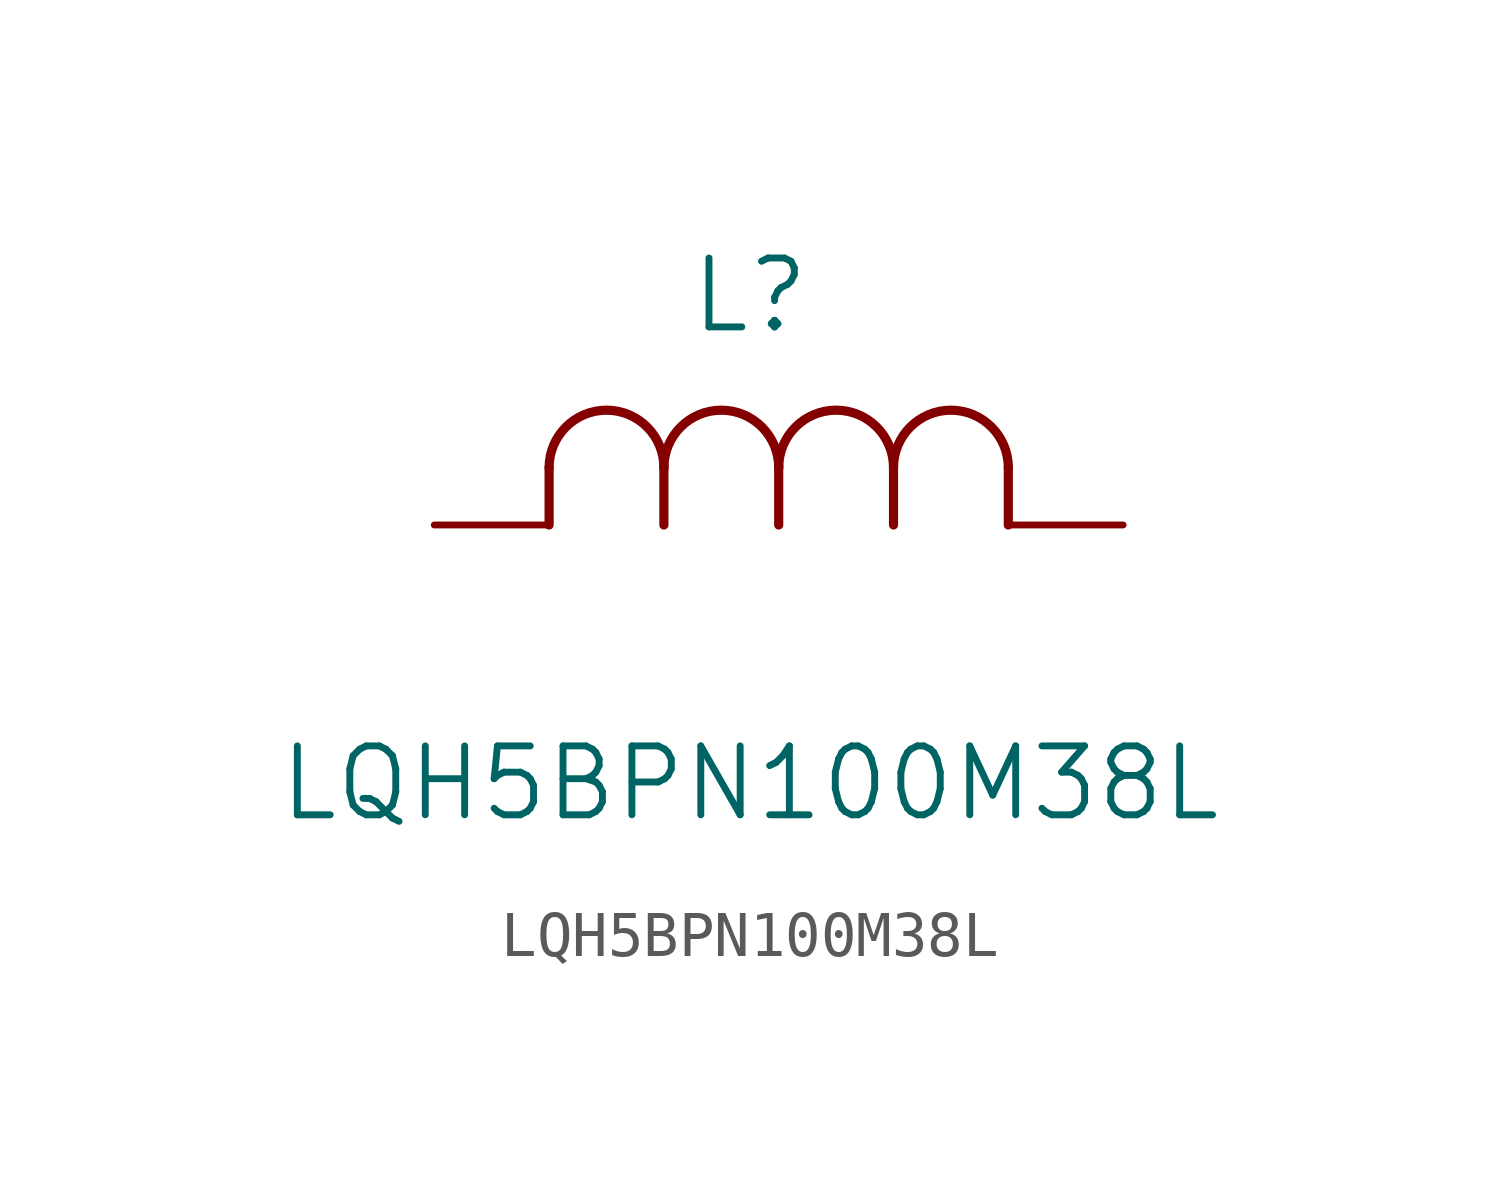
<source format=kicad_sym>
(kicad_symbol_lib
  (version 20211014)
  (generator kicad_symbol_editor)
  (symbol "LQH5BPN100M38L"
    (pin_numbers hide)
    (pin_names
      (offset 1.651) hide)
    (property "Reference" "L"
      (at 6.985 5.08 0)
      (effects (font (size 1.524 1.524))))
    (property "Value" "LQH5BPN100M38L"
      (at 6.985 -5.715 0)
      (effects (font (size 1.524 1.524))))
    (property "Datasheet" ""
      (at 0 0 0)
      (effects (font (size 1.524 1.524))))
    (property "ki_locked" ""
      (at 0 0 0)
      (effects (font (size 1.27 1.27))))
    (symbol "LQH5BPN100M38L_1_1"
      (polyline (pts (xy 2.54 0) (xy 2.54 1.27)) (stroke (width 0.203) (type default) (color 0 0 0 0)) (fill (type none)))
      (polyline (pts (xy 5.08 0) (xy 5.08 1.27)) (stroke (width 0.203) (type default) (color 0 0 0 0)) (fill (type none)))
      (polyline (pts (xy 7.62 0) (xy 7.62 1.27)) (stroke (width 0.203) (type default) (color 0 0 0 0)) (fill (type none)))
      (polyline (pts (xy 10.16 0) (xy 10.16 1.27)) (stroke (width 0.203) (type default) (color 0 0 0 0)) (fill (type none)))
      (polyline (pts (xy 12.7 0) (xy 12.7 1.27)) (stroke (width 0.203) (type default) (color 0 0 0 0)) (fill (type none)))
      (arc (start 5.08 1.27) (mid 3.81 2.54) (end 2.54 1.27) (stroke (width 0.2032) (type default) (color 0 0 0 0)) (fill (type none)))
      (arc (start 7.62 1.27) (mid 6.35 2.54) (end 5.08 1.27) (stroke (width 0.2032) (type default) (color 0 0 0 0)) (fill (type none)))
      (arc (start 10.16 1.27) (mid 8.89 2.54) (end 7.62 1.27) (stroke (width 0.2032) (type default) (color 0 0 0 0)) (fill (type none)))
      (arc (start 12.7 1.27) (mid 11.43 2.54) (end 10.16 1.27) (stroke (width 0.2032) (type default) (color 0 0 0 0)) (fill (type none)))
      (pin passive line (at 15.24 0 180) (length 2.54) (name "1" (effects (font (size 1.499 1.499)))) (number "1" (effects (font (size 1.499 1.499)))))
      (pin passive line (at 0 0 0) (length 2.54) (name "2" (effects (font (size 1.499 1.499)))) (number "2" (effects (font (size 1.499 1.499))))))))
</source>
